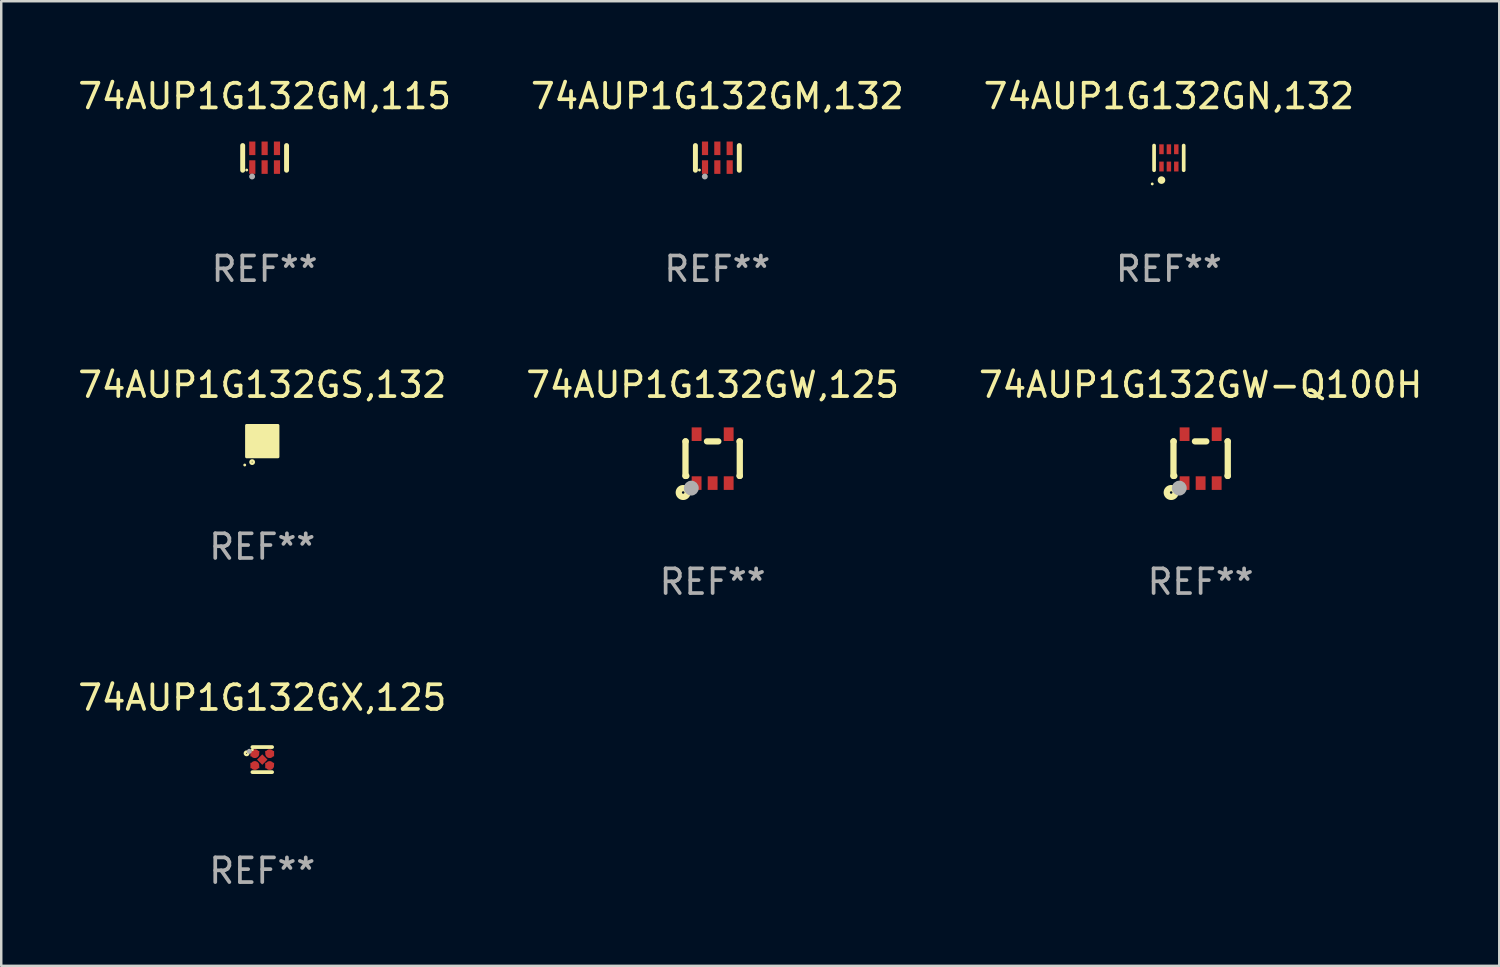
<source format=kicad_pcb>
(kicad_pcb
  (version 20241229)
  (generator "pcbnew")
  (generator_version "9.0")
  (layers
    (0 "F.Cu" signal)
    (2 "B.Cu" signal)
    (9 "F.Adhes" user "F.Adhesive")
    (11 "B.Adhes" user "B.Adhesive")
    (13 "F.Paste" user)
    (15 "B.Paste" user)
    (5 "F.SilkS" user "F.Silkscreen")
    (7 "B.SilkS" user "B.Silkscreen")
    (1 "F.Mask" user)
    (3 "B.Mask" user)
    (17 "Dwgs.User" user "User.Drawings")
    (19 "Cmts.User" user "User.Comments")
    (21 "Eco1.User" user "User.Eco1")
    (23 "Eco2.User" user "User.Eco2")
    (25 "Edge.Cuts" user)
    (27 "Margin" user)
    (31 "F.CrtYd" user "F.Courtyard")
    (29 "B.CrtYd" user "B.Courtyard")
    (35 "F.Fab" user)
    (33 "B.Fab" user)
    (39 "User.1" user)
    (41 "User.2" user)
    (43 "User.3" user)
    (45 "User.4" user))
  (footprint "74AUP1G132GM,115"
    (layer "F.Cu")
    (at 7.673 3.348)
    (property "Reference" "74AUP1G132GM,115" (at 0 -2.5 0) (layer "F.SilkS") (effects (font (size 1 1) (thickness 0.15))))
    (attr through_hole)
    (fp_line (start -0.889 0.5) (end -0.889 -0.5) (stroke (width 0.2) (type solid)) (layer "F.SilkS"))
    (fp_line (start 0.889 0.5) (end 0.889 -0.5) (stroke (width 0.2) (type solid)) (layer "F.SilkS"))
    (fp_circle (center -0.725 0.492) (end -0.695 0.492) (stroke (width 0.06) (type solid)) (fill no) (layer "F.SilkS"))
    (fp_circle (center -0.508 0.754) (end -0.448 0.754) (stroke (width 0.12) (type solid)) (fill no) (layer "F.Fab"))
    (fp_text user "REF**" (at 0 4.5 0) (layer "F.Fab") (effects (font (size 1 1) (thickness 0.15))))
    (pad "1" smd rect (at -0.5 0.372) (size 0.25 0.55) (layers "F.Cu" "F.Mask" "F.Paste"))
    (pad "2" smd rect (at -0.000127 0.372) (size 0.25 0.55) (layers "F.Cu" "F.Mask" "F.Paste"))
    (pad "3" smd rect (at 0.5 0.372) (size 0.25 0.55) (layers "F.Cu" "F.Mask" "F.Paste"))
    (pad "4" smd rect (at 0.5 -0.388 180) (size 0.25 0.55) (layers "F.Cu" "F.Mask" "F.Paste"))
    (pad "5" smd rect (at -0.000127 -0.388 180) (size 0.25 0.55) (layers "F.Cu" "F.Mask" "F.Paste"))
    (pad "6" smd rect (at -0.5 -0.388 180) (size 0.25 0.55) (layers "F.Cu" "F.Mask" "F.Paste")))
  (footprint "74AUP1G132GS,132"
    (layer "F.Cu")
    (at 7.577 14.825)
    (property "Reference" "74AUP1G132GS,132" (at 0 -2.28 0) (layer "F.SilkS") (effects (font (size 1 1) (thickness 0.15))))
    (attr through_hole)
    (fp_circle (center -0.71 0.968) (end -0.68 0.968) (stroke (width 0.06) (type solid)) (fill no) (layer "F.SilkS"))
    (fp_circle (center -0.41 0.85) (end -0.342 0.85) (stroke (width 0.1) (type solid)) (fill no) (layer "F.SilkS"))
    (fp_poly (pts (xy -0.635 -0.635) (xy 0.635 -0.635) (xy 0.635 0.635) (xy -0.635 0.635)) (stroke (width 0.12) (type solid)) (fill yes) (layer "F.SilkS"))
    (fp_text user "REF**" (at 0 4.28 0) (layer "F.Fab") (effects (font (size 1 1) (thickness 0.15))))
    (pad "1" smd rect (at -0.35 0.28 90) (size 0.35 0.2) (layers "F.Cu" "F.Mask" "F.Paste"))
    (pad "2" smd rect (at 0 0.28 90) (size 0.35 0.2) (layers "F.Cu" "F.Mask" "F.Paste"))
    (pad "3" smd rect (at 0.35 0.28 90) (size 0.35 0.2) (layers "F.Cu" "F.Mask" "F.Paste"))
    (pad "4" smd rect (at 0.35 -0.28 90) (size 0.35 0.2) (layers "F.Cu" "F.Mask" "F.Paste"))
    (pad "5" smd rect (at 0 -0.28 90) (size 0.35 0.2) (layers "F.Cu" "F.Mask" "F.Paste"))
    (pad "6" smd rect (at -0.35 -0.28 90) (size 0.35 0.2) (layers "F.Cu" "F.Mask" "F.Paste")))
  (footprint "74AUP1G132GN,132"
    (layer "F.Cu")
    (at 44.315 3.348)
    (property "Reference" "74AUP1G132GN,132" (at 0 -2.5 0) (layer "F.SilkS") (effects (font (size 1 1) (thickness 0.15))))
    (attr through_hole)
    (fp_line (start -0.6 -0.5) (end -0.6 0.5) (stroke (width 0.15) (type solid)) (layer "F.SilkS"))
    (fp_line (start 0.6 0.5) (end 0.6 -0.5) (stroke (width 0.15) (type solid)) (layer "F.SilkS"))
    (fp_circle (center -0.675 1.055) (end -0.645 1.055) (stroke (width 0.06) (type solid)) (fill no) (layer "F.SilkS"))
    (fp_circle (center -0.3 0.9) (end -0.22 0.9) (stroke (width 0.15) (type solid)) (fill no) (layer "F.SilkS"))
    (fp_text user "REF**" (at 0 4.5 0) (layer "F.Fab") (effects (font (size 1 1) (thickness 0.15))))
    (pad "1" smd rect (at -0.3 0.35) (size 0.18 0.4) (layers "F.Cu" "F.Mask" "F.Paste"))
    (pad "2" smd rect (at 0.000025 0.35) (size 0.18 0.4) (layers "F.Cu" "F.Mask" "F.Paste"))
    (pad "3" smd rect (at 0.3 0.35) (size 0.18 0.4) (layers "F.Cu" "F.Mask" "F.Paste"))
    (pad "4" smd rect (at 0.3 -0.35) (size 0.18 0.4) (layers "F.Cu" "F.Mask" "F.Paste"))
    (pad "5" smd rect (at 0.000025 -0.35) (size 0.18 0.4) (layers "F.Cu" "F.Mask" "F.Paste"))
    (pad "6" smd rect (at -0.3 -0.35) (size 0.18 0.4) (layers "F.Cu" "F.Mask" "F.Paste")))
  (footprint "74AUP1G132GM,132"
    (layer "F.Cu")
    (at 26.018 3.348)
    (property "Reference" "74AUP1G132GM,132" (at 0 -2.5 0) (layer "F.SilkS") (effects (font (size 1 1) (thickness 0.15))))
    (attr through_hole)
    (fp_line (start -0.889 0.5) (end -0.889 -0.5) (stroke (width 0.2) (type solid)) (layer "F.SilkS"))
    (fp_line (start 0.889 0.5) (end 0.889 -0.5) (stroke (width 0.2) (type solid)) (layer "F.SilkS"))
    (fp_circle (center -0.725 0.492) (end -0.695 0.492) (stroke (width 0.06) (type solid)) (fill no) (layer "F.SilkS"))
    (fp_circle (center -0.508 0.754) (end -0.448 0.754) (stroke (width 0.12) (type solid)) (fill no) (layer "F.Fab"))
    (fp_text user "REF**" (at 0 4.5 0) (layer "F.Fab") (effects (font (size 1 1) (thickness 0.15))))
    (pad "1" smd rect (at -0.5 0.372) (size 0.25 0.55) (layers "F.Cu" "F.Mask" "F.Paste"))
    (pad "2" smd rect (at -0.000127 0.372) (size 0.25 0.55) (layers "F.Cu" "F.Mask" "F.Paste"))
    (pad "3" smd rect (at 0.5 0.372) (size 0.25 0.55) (layers "F.Cu" "F.Mask" "F.Paste"))
    (pad "4" smd rect (at 0.5 -0.388 180) (size 0.25 0.55) (layers "F.Cu" "F.Mask" "F.Paste"))
    (pad "5" smd rect (at -0.000127 -0.388 180) (size 0.25 0.55) (layers "F.Cu" "F.Mask" "F.Paste"))
    (pad "6" smd rect (at -0.5 -0.388 180) (size 0.25 0.55) (layers "F.Cu" "F.Mask" "F.Paste")))
  (footprint "74AUP1G132GW-Q100H"
    (layer "F.Cu")
    (at 45.601 15.535)
    (property "Reference" "74AUP1G132GW-Q100H" (at 0 -2.991 0) (layer "F.SilkS") (effects (font (size 1 1) (thickness 0.15))))
    (attr through_hole)
    (fp_line (start -1.1 -0.7) (end -1.1 0.7) (stroke (width 0.254) (type solid)) (layer "F.SilkS"))
    (fp_line (start -1.1 -0.7) (end -1.09 -0.7) (stroke (width 0.254) (type solid)) (layer "F.SilkS"))
    (fp_line (start -1.1 0.7) (end -1.065 0.7) (stroke (width 0.254) (type solid)) (layer "F.SilkS"))
    (fp_line (start -0.23 -0.7) (end 0.23 -0.7) (stroke (width 0.254) (type solid)) (layer "F.SilkS"))
    (fp_line (start 1.09 -0.7) (end 1.1 -0.7) (stroke (width 0.254) (type solid)) (layer "F.SilkS"))
    (fp_line (start 1.09 0.7) (end 1.1 0.7) (stroke (width 0.254) (type solid)) (layer "F.SilkS"))
    (fp_line (start 1.1 -0.7) (end 1.1 0.7) (stroke (width 0.254) (type solid)) (layer "F.SilkS"))
    (fp_circle (center -1.194 1.372) (end -1.143 1.372) (stroke (width 0.254) (type solid)) (fill no) (layer "F.SilkS"))
    (fp_circle (center -1.05 1.063) (end -1.02 1.063) (stroke (width 0.06) (type solid)) (fill no) (layer "F.SilkS"))
    (fp_circle (center -0.864 1.194) (end -0.713 1.194) (stroke (width 0.3) (type solid)) (fill no) (layer "F.Fab"))
    (fp_text user "REF**" (at 0 4.991 0) (layer "F.Fab") (effects (font (size 1 1) (thickness 0.15))))
    (pad "1" smd rect (at -0.65 0.991 180) (size 0.399 0.551) (layers "F.Cu" "F.Mask" "F.Paste"))
    (pad "2" smd rect (at 0 0.991 180) (size 0.399 0.551) (layers "F.Cu" "F.Mask" "F.Paste"))
    (pad "3" smd rect (at 0.65 0.991 180) (size 0.399 0.551) (layers "F.Cu" "F.Mask" "F.Paste"))
    (pad "4" smd rect (at 0.65 -0.991 180) (size 0.399 0.551) (layers "F.Cu" "F.Mask" "F.Paste"))
    (pad "5" smd rect (at -0.65 -0.991 180) (size 0.399 0.551) (layers "F.Cu" "F.Mask" "F.Paste")))
  (footprint "74AUP1G132GX,125"
    (layer "F.Cu")
    (at 7.577 27.73)
    (property "Reference" "74AUP1G132GX,125" (at 0 -2.508 0) (layer "F.SilkS") (effects (font (size 1 1) (thickness 0.15))))
    (attr through_hole)
    (fp_line (start 0.4 -0.508) (end -0.4 -0.508) (stroke (width 0.15) (type solid)) (layer "F.SilkS"))
    (fp_line (start 0.4 0.508) (end -0.4 0.508) (stroke (width 0.15) (type solid)) (layer "F.SilkS"))
    (fp_circle (center -0.635 -0.254) (end -0.615 -0.254) (stroke (width 0.1) (type solid)) (fill no) (layer "F.SilkS"))
    (fp_circle (center -0.401 -0.4) (end -0.371 -0.4) (stroke (width 0.06) (type solid)) (fill no) (layer "F.SilkS"))
    (fp_circle (center -0.523 -0.337) (end -0.473 -0.337) (stroke (width 0.1) (type solid)) (fill no) (layer "F.Fab"))
    (fp_text user "REF**" (at 0 4.508 0) (layer "F.Fab") (effects (font (size 1 1) (thickness 0.15))))
    (pad "1" smd custom (at -0.3 -0.24) (size 0.36 0.22) (layers "F.Cu" "F.Mask" "F.Paste") (options (anchor circle)) (primitives (gr_poly (pts (xy -0.18 -0.11) (xy -0.18 0.11) (xy 0.000127 0.11) (xy 0.18 -0.03) (xy 0.18 -0.11) (xy -0.18 -0.11)) (width 0) (fill yes))))
    (pad "2" smd custom (at -0.3 0.24) (size 0.36 0.22) (layers "F.Cu" "F.Mask" "F.Paste") (options (anchor circle)) (primitives (gr_poly (pts (xy -0.18 0.11) (xy -0.18 -0.11) (xy 0.000127 -0.11) (xy 0.18 0.03) (xy 0.18 0.11) (xy -0.18 0.11)) (width 0) (fill yes))))
    (pad "3" smd rect (at 0.000102 -0.000127 45) (size 0.3 0.3) (layers "F.Cu" "F.Mask" "F.Paste"))
    (pad "4" smd custom (at 0.3 0.24 180) (size 0.36 0.22) (layers "F.Cu" "F.Mask" "F.Paste") (options (anchor circle)) (primitives (gr_poly (pts (xy 0.18 0.11) (xy 0.18 -0.11) (xy -0.000178 -0.11) (xy -0.18 0.03) (xy -0.18 0.11) (xy 0.18 0.11)) (width 0) (fill yes))))
    (pad "5" smd custom (at 0.3 -0.24) (size 0.36 0.22) (layers "F.Cu" "F.Mask" "F.Paste") (options (anchor circle)) (primitives (gr_poly (pts (xy 0.18 -0.11) (xy 0.18 0.11) (xy -0.000152 0.11) (xy -0.18 -0.03) (xy -0.18 -0.11) (xy 0.18 -0.11)) (width 0) (fill yes)))))
  (footprint "74AUP1G132GW,125"
    (layer "F.Cu")
    (at 25.827 15.535)
    (property "Reference" "74AUP1G132GW,125" (at 0 -2.991 0) (layer "F.SilkS") (effects (font (size 1 1) (thickness 0.15))))
    (attr through_hole)
    (fp_line (start -1.1 -0.7) (end -1.1 0.7) (stroke (width 0.254) (type solid)) (layer "F.SilkS"))
    (fp_line (start -1.1 -0.7) (end -1.09 -0.7) (stroke (width 0.254) (type solid)) (layer "F.SilkS"))
    (fp_line (start -1.1 0.7) (end -1.065 0.7) (stroke (width 0.254) (type solid)) (layer "F.SilkS"))
    (fp_line (start -0.23 -0.7) (end 0.23 -0.7) (stroke (width 0.254) (type solid)) (layer "F.SilkS"))
    (fp_line (start 1.09 -0.7) (end 1.1 -0.7) (stroke (width 0.254) (type solid)) (layer "F.SilkS"))
    (fp_line (start 1.09 0.7) (end 1.1 0.7) (stroke (width 0.254) (type solid)) (layer "F.SilkS"))
    (fp_line (start 1.1 -0.7) (end 1.1 0.7) (stroke (width 0.254) (type solid)) (layer "F.SilkS"))
    (fp_circle (center -1.194 1.372) (end -1.143 1.372) (stroke (width 0.254) (type solid)) (fill no) (layer "F.SilkS"))
    (fp_circle (center -1.05 1.063) (end -1.02 1.063) (stroke (width 0.06) (type solid)) (fill no) (layer "F.SilkS"))
    (fp_circle (center -0.864 1.194) (end -0.713 1.194) (stroke (width 0.3) (type solid)) (fill no) (layer "F.Fab"))
    (fp_text user "REF**" (at 0 4.991 0) (layer "F.Fab") (effects (font (size 1 1) (thickness 0.15))))
    (pad "1" smd rect (at -0.65 0.991 180) (size 0.399 0.551) (layers "F.Cu" "F.Mask" "F.Paste"))
    (pad "2" smd rect (at 0 0.991 180) (size 0.399 0.551) (layers "F.Cu" "F.Mask" "F.Paste"))
    (pad "3" smd rect (at 0.65 0.991 180) (size 0.399 0.551) (layers "F.Cu" "F.Mask" "F.Paste"))
    (pad "4" smd rect (at 0.65 -0.991 180) (size 0.399 0.551) (layers "F.Cu" "F.Mask" "F.Paste"))
    (pad "5" smd rect (at -0.65 -0.991 180) (size 0.399 0.551) (layers "F.Cu" "F.Mask" "F.Paste")))
  (gr_rect
    (start -3 -3)
    (end 57.702 36.087)
    (stroke (width 0.1) (type default))
    (fill no)
    (layer "Edge.Cuts")))
</source>
